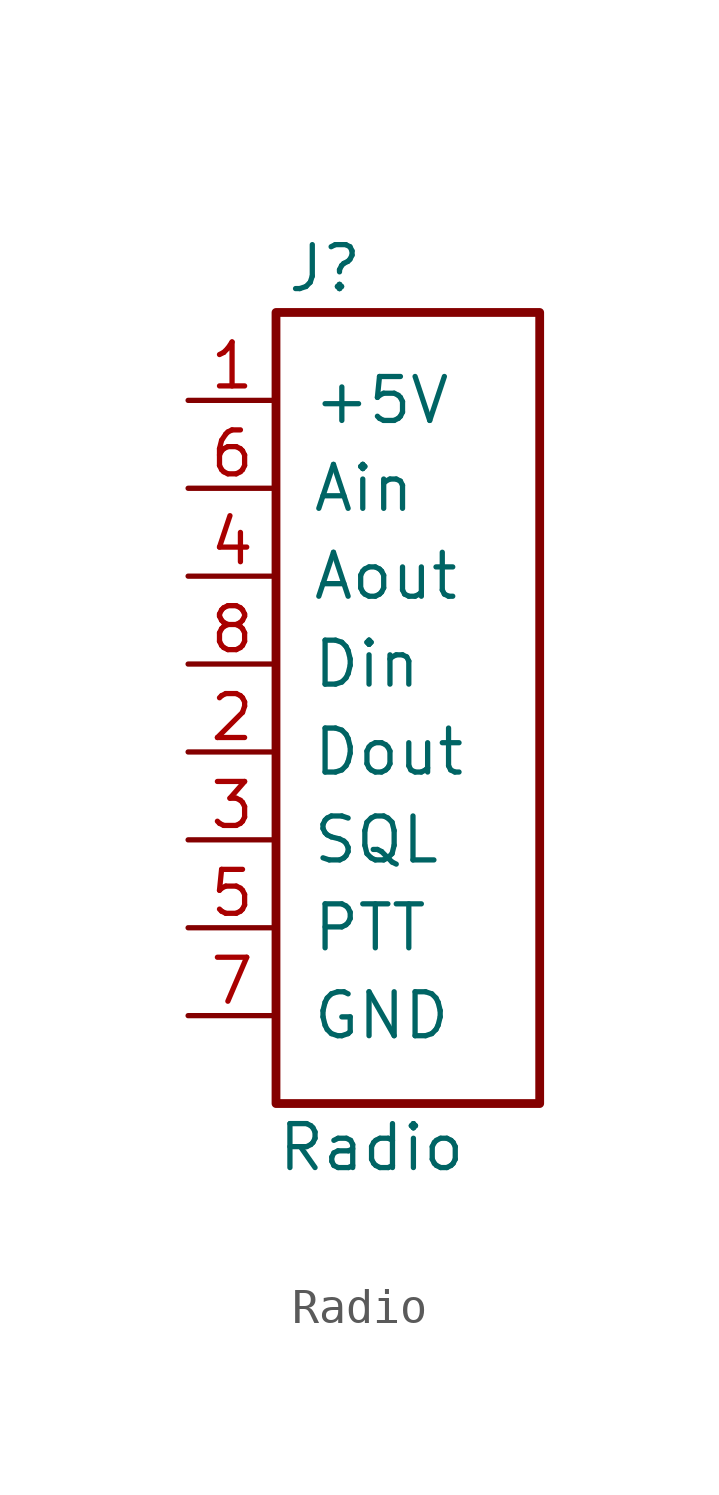
<source format=kicad_sym>
(kicad_symbol_lib
  (version 20211014)
  (generator kicad_symbol_editor)
  (symbol "Radio"
    (pin_names
      (offset 1.016))
    (property "Reference" "J"
      (at -1.27 13.97 0)
      (effects (font (size 1.27 1.27)) (justify right)))
    (property "Value" "Radio"
      (at -3.81 -11.43 0)
      (effects (font (size 1.27 1.27)) (justify left)))
    (symbol "Radio_0_1"
      (rectangle (start -3.81 12.7) (end 3.81 -10.16) (stroke (width 0.254) (type default) (color 0 0 0 0)) (fill (type none))))
    (symbol "Radio_1_1"
      (pin passive line (at -6.35 10.16 0) (length 2.54) (name "+5V" (effects (font (size 1.27 1.27)))) (number "1" (effects (font (size 1.27 1.27)))))
      (pin passive line (at -6.35 0 0) (length 2.54) (name "Dout" (effects (font (size 1.27 1.27)))) (number "2" (effects (font (size 1.27 1.27)))))
      (pin passive line (at -6.35 -2.54 0) (length 2.54) (name "SQL" (effects (font (size 1.27 1.27)))) (number "3" (effects (font (size 1.27 1.27)))))
      (pin passive line (at -6.35 5.08 0) (length 2.54) (name "Aout" (effects (font (size 1.27 1.27)))) (number "4" (effects (font (size 1.27 1.27)))))
      (pin passive line (at -6.35 -5.08 0) (length 2.54) (name "PTT" (effects (font (size 1.27 1.27)))) (number "5" (effects (font (size 1.27 1.27)))))
      (pin passive line (at -6.35 7.62 0) (length 2.54) (name "Ain" (effects (font (size 1.27 1.27)))) (number "6" (effects (font (size 1.27 1.27)))))
      (pin passive line (at -6.35 -7.62 0) (length 2.54) (name "GND" (effects (font (size 1.27 1.27)))) (number "7" (effects (font (size 1.27 1.27)))))
      (pin passive line (at -6.35 2.54 0) (length 2.54) (name "Din" (effects (font (size 1.27 1.27)))) (number "8" (effects (font (size 1.27 1.27))))))))
</source>
